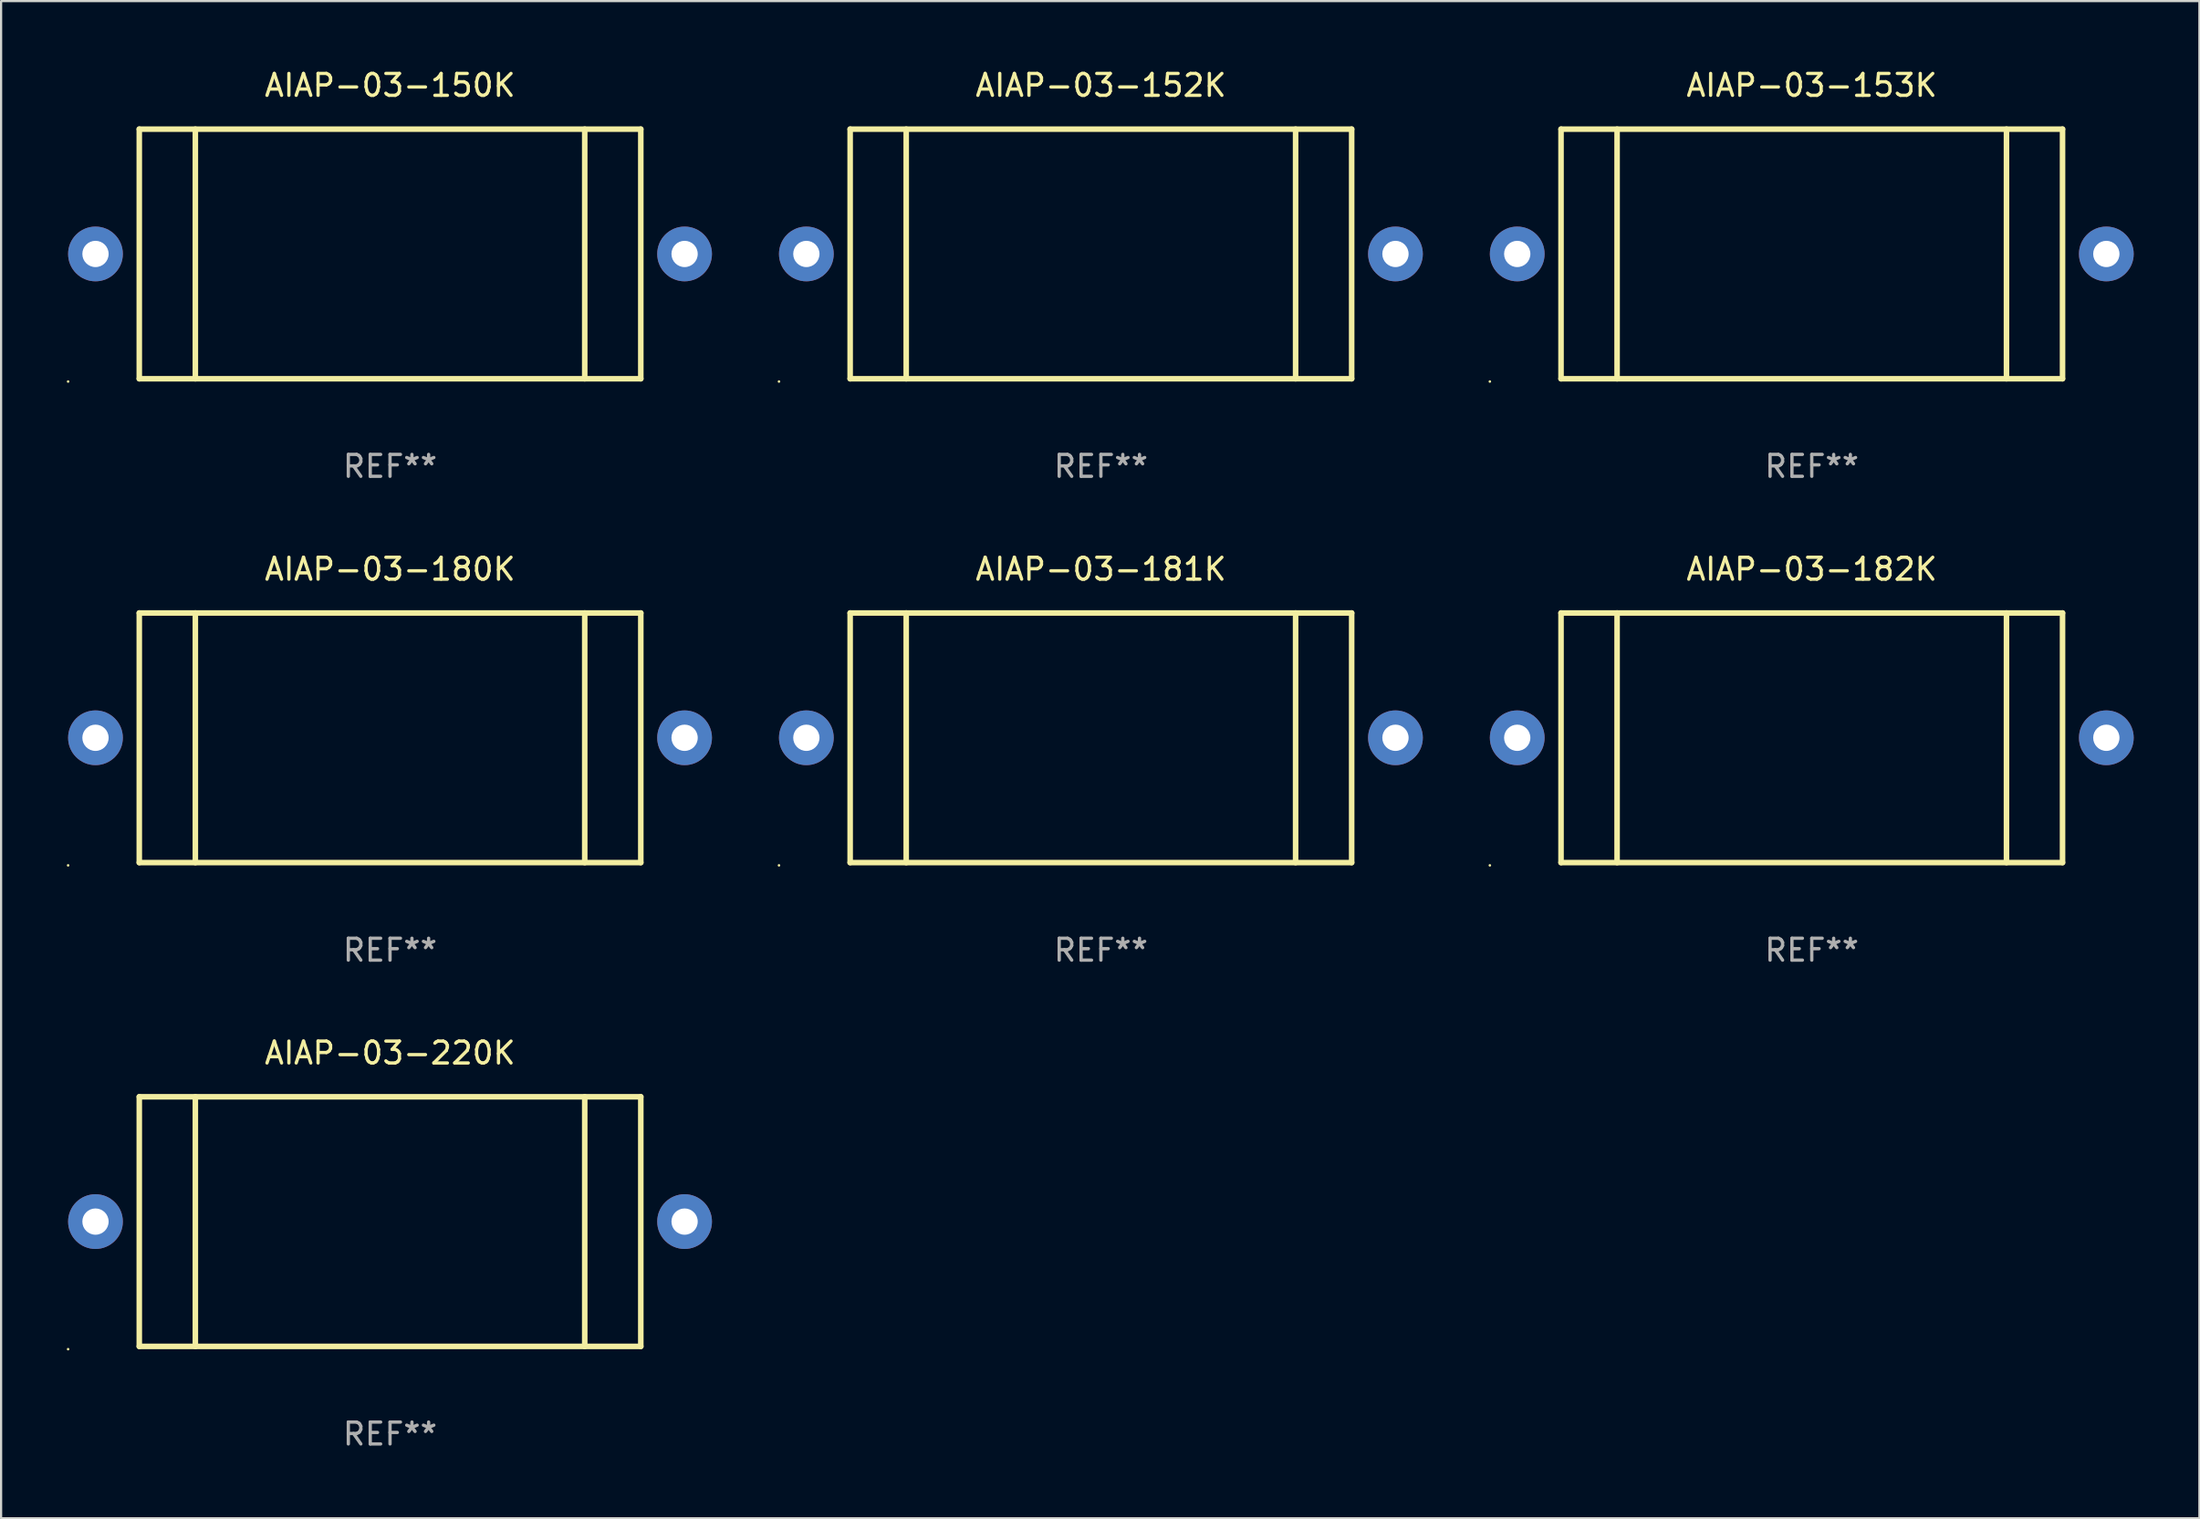
<source format=kicad_pcb>
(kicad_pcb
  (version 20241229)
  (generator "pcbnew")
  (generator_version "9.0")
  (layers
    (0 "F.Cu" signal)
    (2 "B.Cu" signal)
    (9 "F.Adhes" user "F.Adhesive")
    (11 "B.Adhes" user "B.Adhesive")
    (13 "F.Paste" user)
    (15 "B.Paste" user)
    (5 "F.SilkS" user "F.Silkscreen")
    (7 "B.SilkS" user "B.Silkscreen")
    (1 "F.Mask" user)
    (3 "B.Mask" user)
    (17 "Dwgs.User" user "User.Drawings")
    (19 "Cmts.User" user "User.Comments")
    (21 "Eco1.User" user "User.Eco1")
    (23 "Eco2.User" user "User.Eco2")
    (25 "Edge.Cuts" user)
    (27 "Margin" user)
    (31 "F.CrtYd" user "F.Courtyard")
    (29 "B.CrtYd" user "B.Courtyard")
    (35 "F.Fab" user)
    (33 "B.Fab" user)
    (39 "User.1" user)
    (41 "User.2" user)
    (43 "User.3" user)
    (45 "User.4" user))
  (footprint "AIAP-03-152K"
    (layer "F.Cu")
    (at 47.22 8.548)
    (property "Reference" "AIAP-03-152K" (at 0 -7.7 0) (layer "F.SilkS") (effects (font (size 1 1) (thickness 0.15))))
    (attr through_hole)
    (fp_line (start -11.45 -5.7) (end 11.45 -5.7) (stroke (width 0.254) (type solid)) (layer "F.SilkS"))
    (fp_line (start -11.45 5.7) (end -11.45 -5.7) (stroke (width 0.254) (type solid)) (layer "F.SilkS"))
    (fp_line (start -8.89 5.7) (end -8.89 -5.7) (stroke (width 0.254) (type solid)) (layer "F.SilkS"))
    (fp_line (start 8.89 5.7) (end 8.89 -5.7) (stroke (width 0.254) (type solid)) (layer "F.SilkS"))
    (fp_line (start 11.45 -5.7) (end 11.45 5.7) (stroke (width 0.254) (type solid)) (layer "F.SilkS"))
    (fp_line (start 11.45 5.7) (end -11.45 5.7) (stroke (width 0.254) (type solid)) (layer "F.SilkS"))
    (fp_circle (center -14.7 5.827) (end -14.67 5.827) (stroke (width 0.06) (type solid)) (fill no) (layer "F.SilkS"))
    (fp_text user "REF**" (at 0 9.7 0) (layer "F.Fab") (effects (font (size 1 1) (thickness 0.15))))
    (pad "1" thru_hole circle (at -13.45 0) (size 2.5 2.5) (drill 1.2) (layers "*.Cu" "*.Mask"))
    (pad "2" thru_hole circle (at 13.45 0) (size 2.5 2.5) (drill 1.2) (layers "*.Cu" "*.Mask")))
  (footprint "AIAP-03-182K"
    (layer "F.Cu")
    (at 79.68 30.645)
    (property "Reference" "AIAP-03-182K" (at 0 -7.7 0) (layer "F.SilkS") (effects (font (size 1 1) (thickness 0.15))))
    (attr through_hole)
    (fp_line (start -11.45 -5.7) (end 11.45 -5.7) (stroke (width 0.254) (type solid)) (layer "F.SilkS"))
    (fp_line (start -11.45 5.7) (end -11.45 -5.7) (stroke (width 0.254) (type solid)) (layer "F.SilkS"))
    (fp_line (start -8.89 5.7) (end -8.89 -5.7) (stroke (width 0.254) (type solid)) (layer "F.SilkS"))
    (fp_line (start 8.89 5.7) (end 8.89 -5.7) (stroke (width 0.254) (type solid)) (layer "F.SilkS"))
    (fp_line (start 11.45 -5.7) (end 11.45 5.7) (stroke (width 0.254) (type solid)) (layer "F.SilkS"))
    (fp_line (start 11.45 5.7) (end -11.45 5.7) (stroke (width 0.254) (type solid)) (layer "F.SilkS"))
    (fp_circle (center -14.7 5.827) (end -14.67 5.827) (stroke (width 0.06) (type solid)) (fill no) (layer "F.SilkS"))
    (fp_text user "REF**" (at 0 9.7 0) (layer "F.Fab") (effects (font (size 1 1) (thickness 0.15))))
    (pad "1" thru_hole circle (at -13.45 0) (size 2.5 2.5) (drill 1.2) (layers "*.Cu" "*.Mask"))
    (pad "2" thru_hole circle (at 13.45 0) (size 2.5 2.5) (drill 1.2) (layers "*.Cu" "*.Mask")))
  (footprint "AIAP-03-220K"
    (layer "F.Cu")
    (at 14.76 52.741)
    (property "Reference" "AIAP-03-220K" (at 0 -7.7 0) (layer "F.SilkS") (effects (font (size 1 1) (thickness 0.15))))
    (attr through_hole)
    (fp_line (start -11.45 -5.7) (end 11.45 -5.7) (stroke (width 0.254) (type solid)) (layer "F.SilkS"))
    (fp_line (start -11.45 5.7) (end -11.45 -5.7) (stroke (width 0.254) (type solid)) (layer "F.SilkS"))
    (fp_line (start -8.89 5.7) (end -8.89 -5.7) (stroke (width 0.254) (type solid)) (layer "F.SilkS"))
    (fp_line (start 8.89 5.7) (end 8.89 -5.7) (stroke (width 0.254) (type solid)) (layer "F.SilkS"))
    (fp_line (start 11.45 -5.7) (end 11.45 5.7) (stroke (width 0.254) (type solid)) (layer "F.SilkS"))
    (fp_line (start 11.45 5.7) (end -11.45 5.7) (stroke (width 0.254) (type solid)) (layer "F.SilkS"))
    (fp_circle (center -14.7 5.827) (end -14.67 5.827) (stroke (width 0.06) (type solid)) (fill no) (layer "F.SilkS"))
    (fp_text user "REF**" (at 0 9.7 0) (layer "F.Fab") (effects (font (size 1 1) (thickness 0.15))))
    (pad "1" thru_hole circle (at -13.45 0) (size 2.5 2.5) (drill 1.2) (layers "*.Cu" "*.Mask"))
    (pad "2" thru_hole circle (at 13.45 0) (size 2.5 2.5) (drill 1.2) (layers "*.Cu" "*.Mask")))
  (footprint "AIAP-03-150K"
    (layer "F.Cu")
    (at 14.76 8.548)
    (property "Reference" "AIAP-03-150K" (at 0 -7.7 0) (layer "F.SilkS") (effects (font (size 1 1) (thickness 0.15))))
    (attr through_hole)
    (fp_line (start -11.45 -5.7) (end 11.45 -5.7) (stroke (width 0.254) (type solid)) (layer "F.SilkS"))
    (fp_line (start -11.45 5.7) (end -11.45 -5.7) (stroke (width 0.254) (type solid)) (layer "F.SilkS"))
    (fp_line (start -8.89 5.7) (end -8.89 -5.7) (stroke (width 0.254) (type solid)) (layer "F.SilkS"))
    (fp_line (start 8.89 5.7) (end 8.89 -5.7) (stroke (width 0.254) (type solid)) (layer "F.SilkS"))
    (fp_line (start 11.45 -5.7) (end 11.45 5.7) (stroke (width 0.254) (type solid)) (layer "F.SilkS"))
    (fp_line (start 11.45 5.7) (end -11.45 5.7) (stroke (width 0.254) (type solid)) (layer "F.SilkS"))
    (fp_circle (center -14.7 5.827) (end -14.67 5.827) (stroke (width 0.06) (type solid)) (fill no) (layer "F.SilkS"))
    (fp_text user "REF**" (at 0 9.7 0) (layer "F.Fab") (effects (font (size 1 1) (thickness 0.15))))
    (pad "1" thru_hole circle (at -13.45 0) (size 2.5 2.5) (drill 1.2) (layers "*.Cu" "*.Mask"))
    (pad "2" thru_hole circle (at 13.45 0) (size 2.5 2.5) (drill 1.2) (layers "*.Cu" "*.Mask")))
  (footprint "AIAP-03-153K"
    (layer "F.Cu")
    (at 79.68 8.548)
    (property "Reference" "AIAP-03-153K" (at 0 -7.7 0) (layer "F.SilkS") (effects (font (size 1 1) (thickness 0.15))))
    (attr through_hole)
    (fp_line (start -11.45 -5.7) (end 11.45 -5.7) (stroke (width 0.254) (type solid)) (layer "F.SilkS"))
    (fp_line (start -11.45 5.7) (end -11.45 -5.7) (stroke (width 0.254) (type solid)) (layer "F.SilkS"))
    (fp_line (start -8.89 5.7) (end -8.89 -5.7) (stroke (width 0.254) (type solid)) (layer "F.SilkS"))
    (fp_line (start 8.89 5.7) (end 8.89 -5.7) (stroke (width 0.254) (type solid)) (layer "F.SilkS"))
    (fp_line (start 11.45 -5.7) (end 11.45 5.7) (stroke (width 0.254) (type solid)) (layer "F.SilkS"))
    (fp_line (start 11.45 5.7) (end -11.45 5.7) (stroke (width 0.254) (type solid)) (layer "F.SilkS"))
    (fp_circle (center -14.7 5.827) (end -14.67 5.827) (stroke (width 0.06) (type solid)) (fill no) (layer "F.SilkS"))
    (fp_text user "REF**" (at 0 9.7 0) (layer "F.Fab") (effects (font (size 1 1) (thickness 0.15))))
    (pad "1" thru_hole circle (at -13.45 0) (size 2.5 2.5) (drill 1.2) (layers "*.Cu" "*.Mask"))
    (pad "2" thru_hole circle (at 13.45 0) (size 2.5 2.5) (drill 1.2) (layers "*.Cu" "*.Mask")))
  (footprint "AIAP-03-181K"
    (layer "F.Cu")
    (at 47.22 30.645)
    (property "Reference" "AIAP-03-181K" (at 0 -7.7 0) (layer "F.SilkS") (effects (font (size 1 1) (thickness 0.15))))
    (attr through_hole)
    (fp_line (start -11.45 -5.7) (end 11.45 -5.7) (stroke (width 0.254) (type solid)) (layer "F.SilkS"))
    (fp_line (start -11.45 5.7) (end -11.45 -5.7) (stroke (width 0.254) (type solid)) (layer "F.SilkS"))
    (fp_line (start -8.89 5.7) (end -8.89 -5.7) (stroke (width 0.254) (type solid)) (layer "F.SilkS"))
    (fp_line (start 8.89 5.7) (end 8.89 -5.7) (stroke (width 0.254) (type solid)) (layer "F.SilkS"))
    (fp_line (start 11.45 -5.7) (end 11.45 5.7) (stroke (width 0.254) (type solid)) (layer "F.SilkS"))
    (fp_line (start 11.45 5.7) (end -11.45 5.7) (stroke (width 0.254) (type solid)) (layer "F.SilkS"))
    (fp_circle (center -14.7 5.827) (end -14.67 5.827) (stroke (width 0.06) (type solid)) (fill no) (layer "F.SilkS"))
    (fp_text user "REF**" (at 0 9.7 0) (layer "F.Fab") (effects (font (size 1 1) (thickness 0.15))))
    (pad "1" thru_hole circle (at -13.45 0) (size 2.5 2.5) (drill 1.2) (layers "*.Cu" "*.Mask"))
    (pad "2" thru_hole circle (at 13.45 0) (size 2.5 2.5) (drill 1.2) (layers "*.Cu" "*.Mask")))
  (footprint "AIAP-03-180K"
    (layer "F.Cu")
    (at 14.76 30.645)
    (property "Reference" "AIAP-03-180K" (at 0 -7.7 0) (layer "F.SilkS") (effects (font (size 1 1) (thickness 0.15))))
    (attr through_hole)
    (fp_line (start -11.45 -5.7) (end 11.45 -5.7) (stroke (width 0.254) (type solid)) (layer "F.SilkS"))
    (fp_line (start -11.45 5.7) (end -11.45 -5.7) (stroke (width 0.254) (type solid)) (layer "F.SilkS"))
    (fp_line (start -8.89 5.7) (end -8.89 -5.7) (stroke (width 0.254) (type solid)) (layer "F.SilkS"))
    (fp_line (start 8.89 5.7) (end 8.89 -5.7) (stroke (width 0.254) (type solid)) (layer "F.SilkS"))
    (fp_line (start 11.45 -5.7) (end 11.45 5.7) (stroke (width 0.254) (type solid)) (layer "F.SilkS"))
    (fp_line (start 11.45 5.7) (end -11.45 5.7) (stroke (width 0.254) (type solid)) (layer "F.SilkS"))
    (fp_circle (center -14.7 5.827) (end -14.67 5.827) (stroke (width 0.06) (type solid)) (fill no) (layer "F.SilkS"))
    (fp_text user "REF**" (at 0 9.7 0) (layer "F.Fab") (effects (font (size 1 1) (thickness 0.15))))
    (pad "1" thru_hole circle (at -13.45 0) (size 2.5 2.5) (drill 1.2) (layers "*.Cu" "*.Mask"))
    (pad "2" thru_hole circle (at 13.45 0) (size 2.5 2.5) (drill 1.2) (layers "*.Cu" "*.Mask")))
  (gr_rect
    (start -3 -3)
    (end 97.38 66.29)
    (stroke (width 0.1) (type default))
    (fill no)
    (layer "Edge.Cuts")))
</source>
